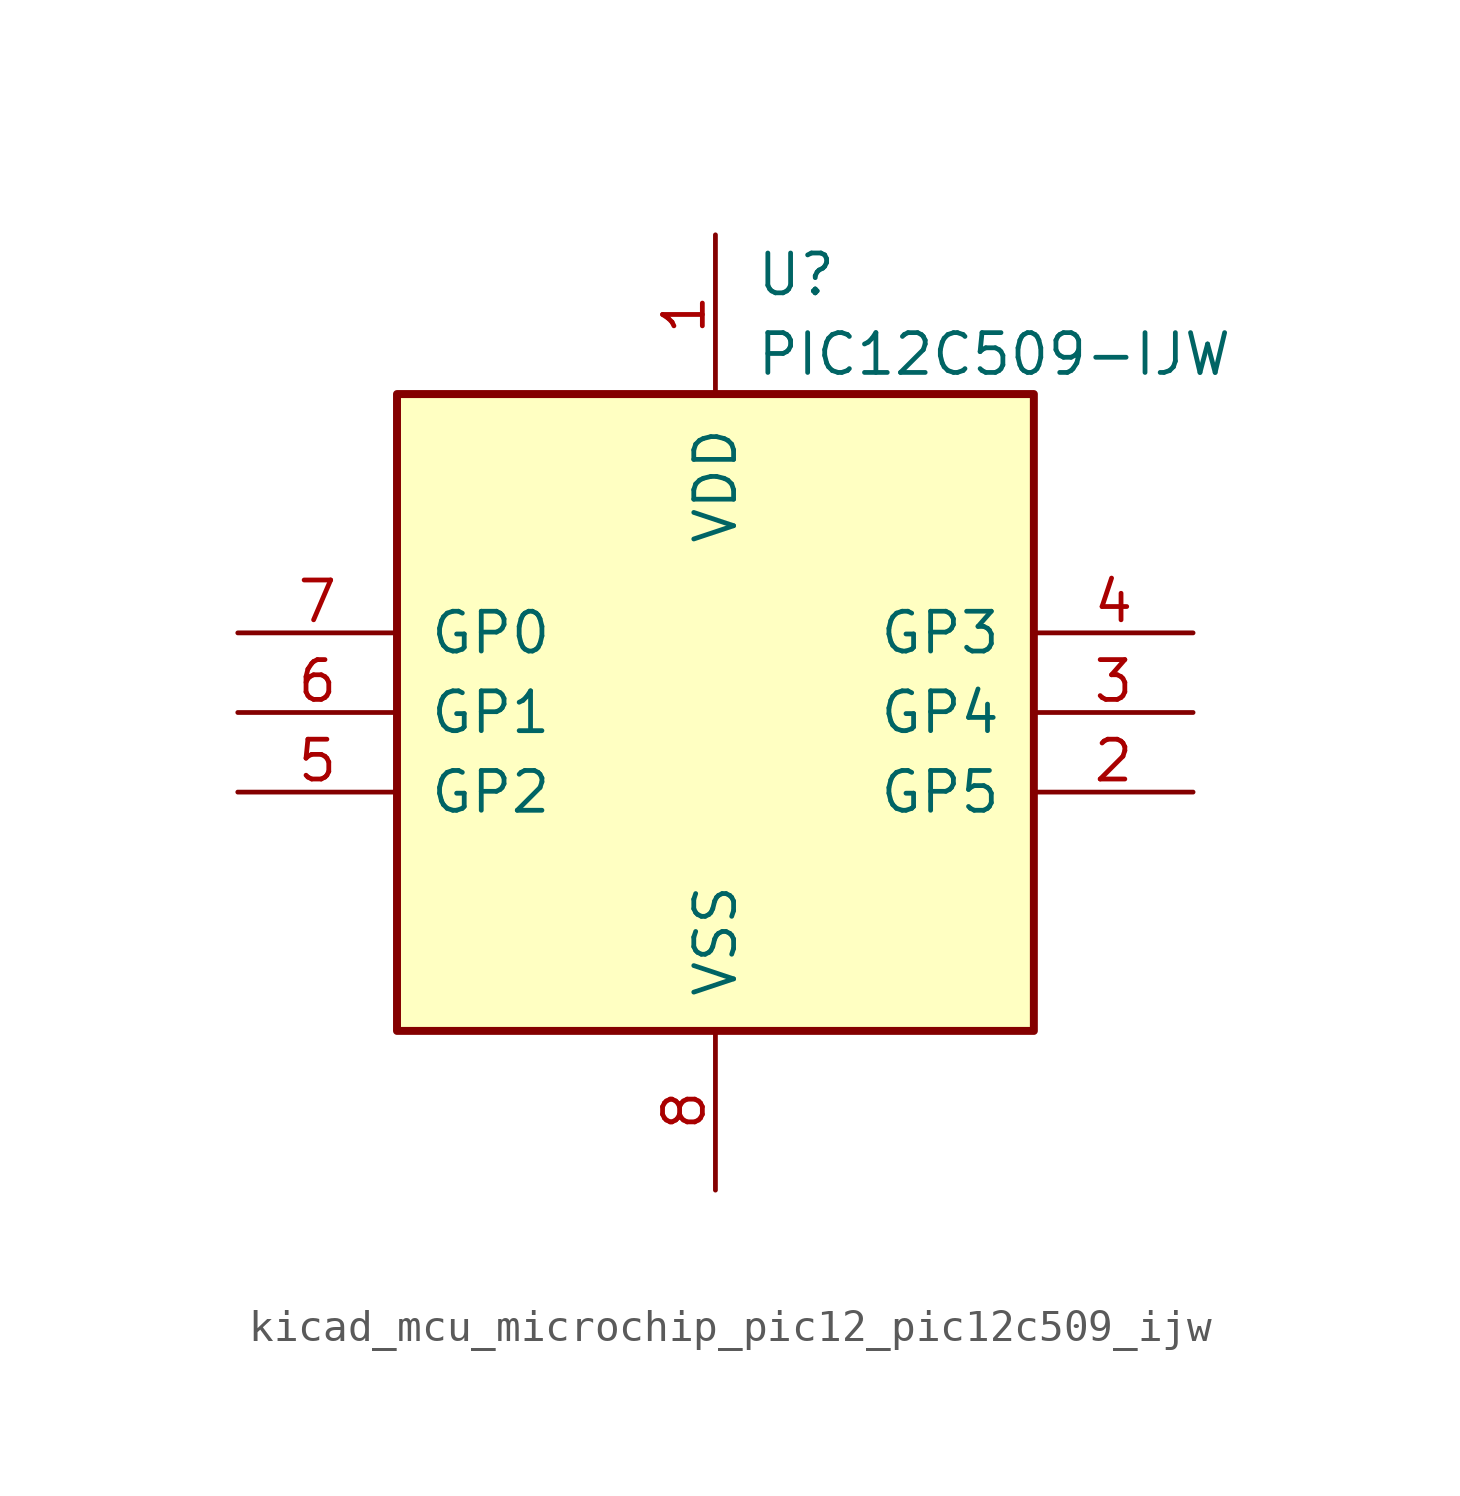
<source format=kicad_sym>
(kicad_symbol_lib
  (version 20220914)
  (generator kicad_symbol_editor)
  (symbol "kicad_mcu_microchip_pic12_pic12c509_ijw"
    (pin_names
      (offset 1.016))
    (property "Reference" "U"
      (at 1.27 13.97 0)
      (effects (font (size 1.27 1.27)) (justify left)))
    (property "Value" "PIC12C509-IJW"
      (at 1.27 11.43 0)
      (effects (font (size 1.27 1.27)) (justify left)))
    (symbol "kicad_mcu_microchip_pic12_pic12c509_ijw_0_1"
      (rectangle (start 10.16 -10.16) (end -10.16 10.16) (stroke (width 0.254) (type default)) (fill (type background))))
    (symbol "kicad_mcu_microchip_pic12_pic12c509_ijw_1_1"
      (pin power_in line (at 0 15.24 270) (length 5.08) (name "VDD" (effects (font (size 1.27 1.27)))) (number "1" (effects (font (size 1.27 1.27)))))
      (pin bidirectional line (at 15.24 -2.54 180) (length 5.08) (name "GP5" (effects (font (size 1.27 1.27)))) (number "2" (effects (font (size 1.27 1.27)))))
      (pin bidirectional line (at 15.24 0 180) (length 5.08) (name "GP4" (effects (font (size 1.27 1.27)))) (number "3" (effects (font (size 1.27 1.27)))))
      (pin input line (at 15.24 2.54 180) (length 5.08) (name "GP3" (effects (font (size 1.27 1.27)))) (number "4" (effects (font (size 1.27 1.27)))))
      (pin bidirectional line (at -15.24 -2.54 0) (length 5.08) (name "GP2" (effects (font (size 1.27 1.27)))) (number "5" (effects (font (size 1.27 1.27)))))
      (pin bidirectional line (at -15.24 0 0) (length 5.08) (name "GP1" (effects (font (size 1.27 1.27)))) (number "6" (effects (font (size 1.27 1.27)))))
      (pin bidirectional line (at -15.24 2.54 0) (length 5.08) (name "GP0" (effects (font (size 1.27 1.27)))) (number "7" (effects (font (size 1.27 1.27)))))
      (pin power_in line (at 0 -15.24 90) (length 5.08) (name "VSS" (effects (font (size 1.27 1.27)))) (number "8" (effects (font (size 1.27 1.27))))))))
</source>
